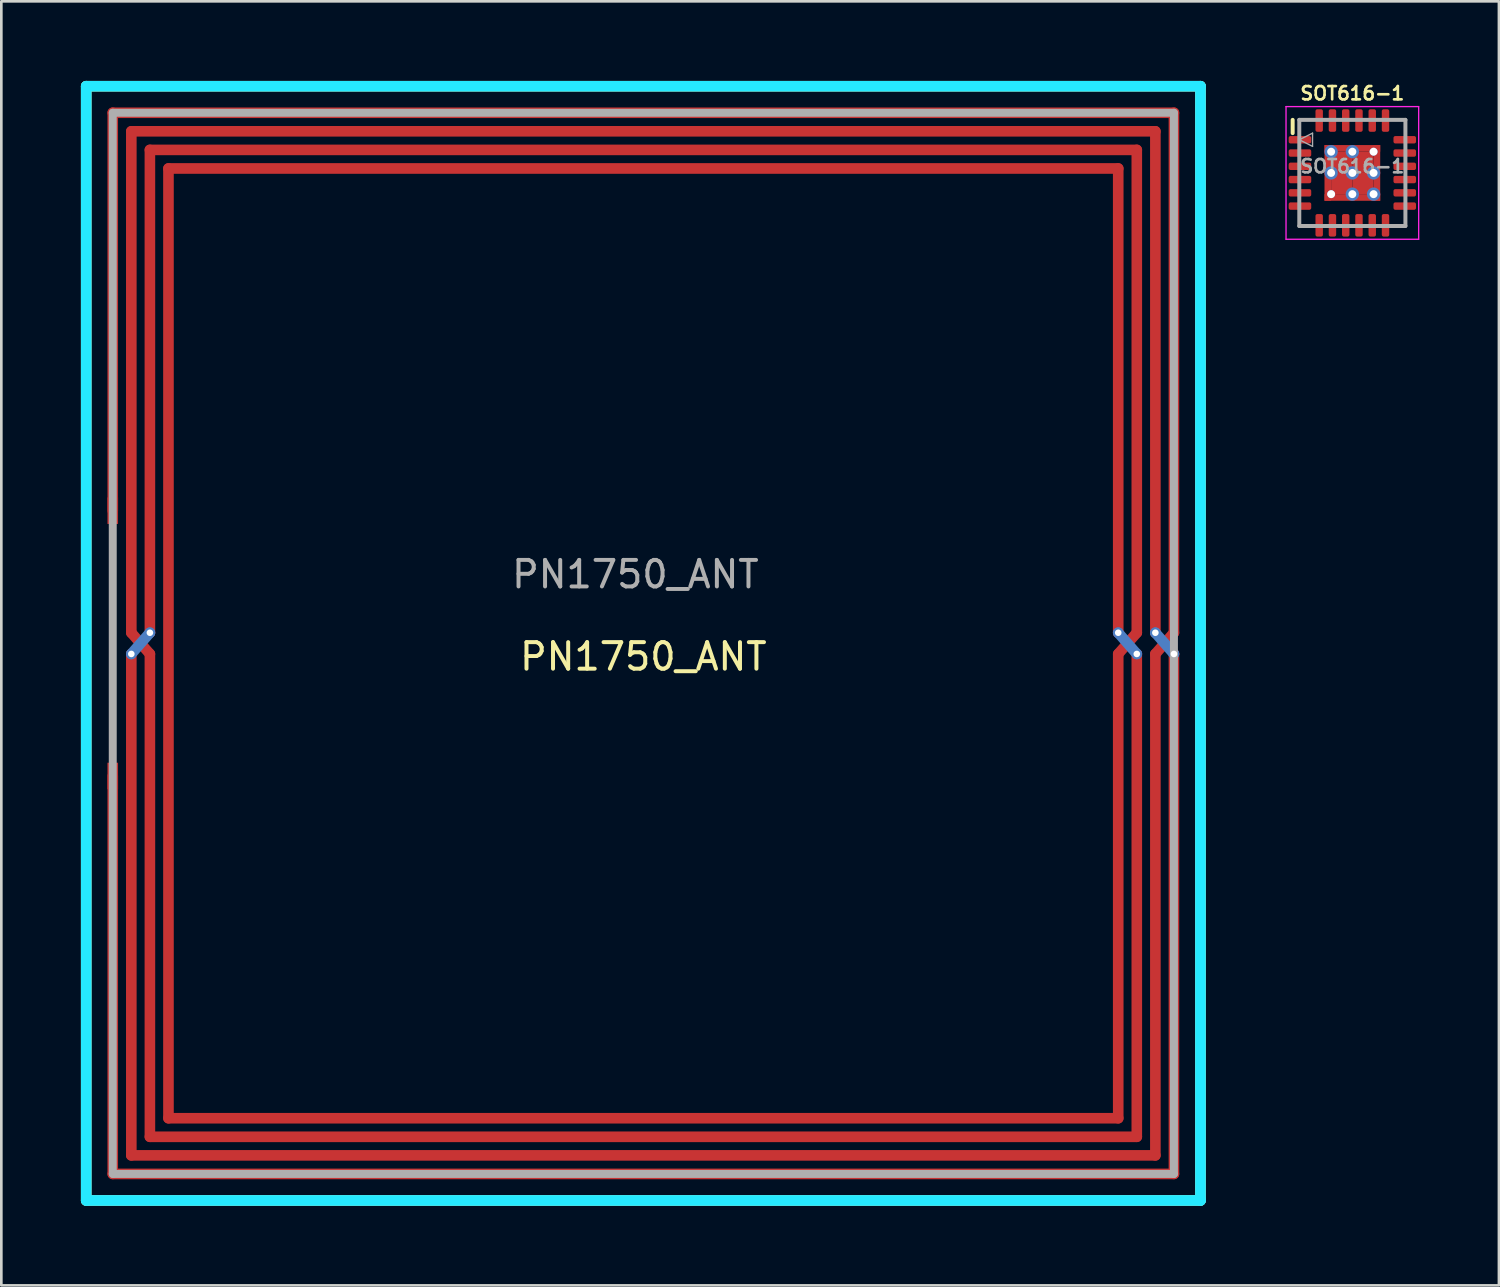
<source format=kicad_pcb>
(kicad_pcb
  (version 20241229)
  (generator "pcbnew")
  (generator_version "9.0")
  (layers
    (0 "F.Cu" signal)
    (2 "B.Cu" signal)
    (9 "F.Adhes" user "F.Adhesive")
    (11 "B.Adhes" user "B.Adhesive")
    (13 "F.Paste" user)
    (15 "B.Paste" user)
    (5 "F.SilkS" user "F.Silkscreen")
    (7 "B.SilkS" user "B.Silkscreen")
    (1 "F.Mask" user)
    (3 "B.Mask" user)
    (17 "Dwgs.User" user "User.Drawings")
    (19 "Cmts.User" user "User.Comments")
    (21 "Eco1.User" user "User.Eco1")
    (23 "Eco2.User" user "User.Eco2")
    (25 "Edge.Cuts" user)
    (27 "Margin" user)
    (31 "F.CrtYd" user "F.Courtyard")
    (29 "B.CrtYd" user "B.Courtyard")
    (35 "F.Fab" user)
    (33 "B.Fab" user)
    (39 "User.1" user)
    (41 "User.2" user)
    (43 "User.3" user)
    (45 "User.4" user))
  (footprint "PN1750_ANT"
    (layer "F.Cu")
    (at 21.2 21.2)
    (property "Reference" "PN1750_ANT" (at 0 0.5 0) (layer "F.SilkS") (effects (font (size 1 1) (thickness 0.15))))
    (attr exclude_from_pos_files exclude_from_bom)
    (fp_line (start -20 -20) (end 20 -20) (stroke (width 0.4) (type solid)) (layer "F.Cu"))
    (fp_line (start -20 -5) (end -20 -20) (stroke (width 0.4) (type solid)) (layer "F.Cu"))
    (fp_line (start -20 20) (end -20 5) (stroke (width 0.4) (type solid)) (layer "F.Cu"))
    (fp_line (start -20 20) (end 20 20) (stroke (width 0.4) (type solid)) (layer "F.Cu"))
    (fp_line (start -19.3 -19.3) (end -19.3 -0.4) (stroke (width 0.4) (type solid)) (layer "F.Cu"))
    (fp_line (start -19.3 -0.4) (end -18.6 0.4) (stroke (width 0.4) (type solid)) (layer "F.Cu"))
    (fp_line (start -19.3 19.3) (end -19.3 0.4) (stroke (width 0.4) (type solid)) (layer "F.Cu"))
    (fp_line (start -18.6 -18.6) (end 18.6 -18.6) (stroke (width 0.4) (type solid)) (layer "F.Cu"))
    (fp_line (start -18.6 -0.4) (end -18.6 -18.6) (stroke (width 0.4) (type solid)) (layer "F.Cu"))
    (fp_line (start -18.6 0.4) (end -18.6 18.6) (stroke (width 0.4) (type solid)) (layer "F.Cu"))
    (fp_line (start -18.6 18.6) (end 18.6 18.6) (stroke (width 0.4) (type solid)) (layer "F.Cu"))
    (fp_line (start -17.9 -17.9) (end 17.9 -17.9) (stroke (width 0.4) (type solid)) (layer "F.Cu"))
    (fp_line (start -17.9 17.9) (end -17.9 -17.9) (stroke (width 0.4) (type solid)) (layer "F.Cu"))
    (fp_line (start 17.9 -17.9) (end 17.9 -0.4) (stroke (width 0.4) (type solid)) (layer "F.Cu"))
    (fp_line (start 17.9 0.4) (end 17.9 17.9) (stroke (width 0.4) (type solid)) (layer "F.Cu"))
    (fp_line (start 17.9 17.9) (end -17.9 17.9) (stroke (width 0.4) (type solid)) (layer "F.Cu"))
    (fp_line (start 18.6 -18.6) (end 18.6 -0.4) (stroke (width 0.4) (type solid)) (layer "F.Cu"))
    (fp_line (start 18.6 -0.4) (end 17.9 0.4) (stroke (width 0.4) (type solid)) (layer "F.Cu"))
    (fp_line (start 18.6 18.6) (end 18.6 0.4) (stroke (width 0.4) (type solid)) (layer "F.Cu"))
    (fp_line (start 19.3 -19.3) (end -19.3 -19.3) (stroke (width 0.4) (type solid)) (layer "F.Cu"))
    (fp_line (start 19.3 -19.3) (end 19.3 -0.4) (stroke (width 0.4) (type solid)) (layer "F.Cu"))
    (fp_line (start 19.3 0.4) (end 19.3 19.3) (stroke (width 0.4) (type solid)) (layer "F.Cu"))
    (fp_line (start 19.3 19.3) (end -19.3 19.3) (stroke (width 0.4) (type solid)) (layer "F.Cu"))
    (fp_line (start 20 -20) (end 20 -0.4) (stroke (width 0.4) (type solid)) (layer "F.Cu"))
    (fp_line (start 20 -0.4) (end 19.3 0.4) (stroke (width 0.4) (type solid)) (layer "F.Cu"))
    (fp_line (start 20 20) (end 20 0.4) (stroke (width 0.4) (type solid)) (layer "F.Cu"))
    (fp_line (start -20 5) (end -20 5) (stroke (width 0.05) (type solid)) (layer "F.Mask"))
    (fp_line (start -19.3 0.4) (end -18.6 -0.4) (stroke (width 0.4) (type solid)) (layer "B.Cu"))
    (fp_line (start 17.9 -0.4) (end 18.6 0.4) (stroke (width 0.4) (type solid)) (layer "B.Cu"))
    (fp_line (start 19.3 -0.4) (end 20 0.4) (stroke (width 0.4) (type solid)) (layer "B.Cu"))
    (fp_line (start -21 -21) (end 21 -21) (stroke (width 0.4) (type solid)) (layer "F.SilkS"))
    (fp_line (start -21 21) (end -21 -21) (stroke (width 0.4) (type solid)) (layer "F.SilkS"))
    (fp_line (start 21 -21) (end 21 21) (stroke (width 0.4) (type solid)) (layer "F.SilkS"))
    (fp_line (start 21 21) (end -21 21) (stroke (width 0.4) (type solid)) (layer "F.SilkS"))
    (fp_line (start -21 -21) (end 21 -21) (stroke (width 0.4) (type solid)) (layer "B.CrtYd"))
    (fp_line (start -21 21) (end -21 -21) (stroke (width 0.4) (type solid)) (layer "B.CrtYd"))
    (fp_line (start 21 -21) (end 21 21) (stroke (width 0.4) (type solid)) (layer "B.CrtYd"))
    (fp_line (start 21 21) (end -21 21) (stroke (width 0.4) (type solid)) (layer "B.CrtYd"))
    (fp_line (start -20 -20) (end 20 -20) (stroke (width 0.3) (type solid)) (layer "F.Fab"))
    (fp_line (start -20 20) (end -20 -20) (stroke (width 0.3) (type solid)) (layer "F.Fab"))
    (fp_line (start 20 -20) (end 20 20) (stroke (width 0.3) (type solid)) (layer "F.Fab"))
    (fp_line (start 20 20) (end -20 20) (stroke (width 0.3) (type solid)) (layer "F.Fab"))
    (fp_text user "${REFERENCE}" (at -0.3 -2.6 0) (layer "F.Fab") (effects (font (size 1 1) (thickness 0.15))))
    (pad "" thru_hole circle (at -19.3 0.4) (size 0.4 0.4) (drill 0.25) (layers "*.Cu"))
    (pad "" thru_hole circle (at -18.6 -0.4) (size 0.4 0.4) (drill 0.25) (layers "*.Cu"))
    (pad "" thru_hole circle (at 17.9 -0.4) (size 0.4 0.4) (drill 0.25) (layers "*.Cu"))
    (pad "" thru_hole circle (at 18.6 0.4) (size 0.4 0.4) (drill 0.25) (layers "*.Cu"))
    (pad "" thru_hole circle (at 19.3 -0.4) (size 0.4 0.4) (drill 0.25) (layers "*.Cu"))
    (pad "" thru_hole circle (at 20 0.4) (size 0.4 0.4) (drill 0.25) (layers "*.Cu"))
    (pad "1" smd rect (at -20 -5) (size 0.4 1) (layers "F.Cu"))
    (pad "2" smd rect (at -20 5) (size 0.4 1) (layers "F.Cu")))
  (footprint "SOT616-1"
    (layer "F.Cu")
    (at 47.925 3.468)
    (property "Reference" "SOT616-1" (at 0 -3 0) (layer "F.SilkS") (effects (font (size 0.5 0.5) (thickness 0.1))))
    (attr smd)
    (fp_line (start -2.25 -2) (end -2.25 -1.5) (stroke (width 0.15) (type solid)) (layer "F.SilkS"))
    (fp_line (start -2.5 -2.5) (end -2.5 2.5) (stroke (width 0.05) (type solid)) (layer "F.CrtYd"))
    (fp_line (start -2.5 -2.5) (end 2.5 -2.5) (stroke (width 0.05) (type solid)) (layer "F.CrtYd"))
    (fp_line (start -2.5 2.5) (end 2.5 2.5) (stroke (width 0.05) (type solid)) (layer "F.CrtYd"))
    (fp_line (start 2.5 -2.5) (end 2.5 2.5) (stroke (width 0.05) (type solid)) (layer "F.CrtYd"))
    (fp_line (start -2 -2) (end -2 2) (stroke (width 0.15) (type solid)) (layer "F.Fab"))
    (fp_line (start -2 -1.25) (end -1.5 -1) (stroke (width 0.05) (type solid)) (layer "F.Fab"))
    (fp_line (start -2 2) (end 2 2) (stroke (width 0.15) (type solid)) (layer "F.Fab"))
    (fp_line (start -1.5 -1.5) (end -2 -1.25) (stroke (width 0.05) (type solid)) (layer "F.Fab"))
    (fp_line (start -1.5 -1.5) (end -1.5 -1) (stroke (width 0.05) (type solid)) (layer "F.Fab"))
    (fp_line (start 2 -2) (end -2 -2) (stroke (width 0.15) (type solid)) (layer "F.Fab"))
    (fp_line (start 2 2) (end 2 -2) (stroke (width 0.15) (type solid)) (layer "F.Fab"))
    (fp_text user "${REFERENCE}" (at 0 -0.25 0) (layer "F.Fab") (effects (font (size 0.5 0.5) (thickness 0.1))))
    (pad "1" smd roundrect (at -1.975 -1.25) (size 0.85 0.28) (layers "F.Cu" "F.Mask" "F.Paste") (roundrect_rratio 0.25))
    (pad "2" smd roundrect (at -1.975 -0.75) (size 0.85 0.28) (layers "F.Cu" "F.Mask" "F.Paste") (roundrect_rratio 0.25))
    (pad "3" smd roundrect (at -1.975 -0.25) (size 0.85 0.28) (layers "F.Cu" "F.Mask" "F.Paste") (roundrect_rratio 0.25))
    (pad "4" smd roundrect (at -1.975 0.25) (size 0.85 0.28) (layers "F.Cu" "F.Mask" "F.Paste") (roundrect_rratio 0.25))
    (pad "5" smd roundrect (at -1.975 0.75) (size 0.85 0.28) (layers "F.Cu" "F.Mask" "F.Paste") (roundrect_rratio 0.25))
    (pad "6" smd roundrect (at -1.975 1.25) (size 0.85 0.28) (layers "F.Cu" "F.Mask" "F.Paste") (roundrect_rratio 0.25))
    (pad "7" smd roundrect (at -1.25 1.975) (size 0.28 0.85) (layers "F.Cu" "F.Mask" "F.Paste") (roundrect_rratio 0.25))
    (pad "8" smd roundrect (at -0.75 1.975) (size 0.28 0.85) (layers "F.Cu" "F.Mask" "F.Paste") (roundrect_rratio 0.25))
    (pad "9" smd roundrect (at -0.25 1.975) (size 0.28 0.85) (layers "F.Cu" "F.Mask" "F.Paste") (roundrect_rratio 0.25))
    (pad "10" smd roundrect (at 0.25 1.975) (size 0.28 0.85) (layers "F.Cu" "F.Mask" "F.Paste") (roundrect_rratio 0.25))
    (pad "11" smd roundrect (at 0.75 1.975) (size 0.28 0.85) (layers "F.Cu" "F.Mask" "F.Paste") (roundrect_rratio 0.25))
    (pad "12" smd roundrect (at 1.25 1.975) (size 0.28 0.85) (layers "F.Cu" "F.Mask" "F.Paste") (roundrect_rratio 0.25))
    (pad "13" smd roundrect (at 1.975 1.25) (size 0.85 0.28) (layers "F.Cu" "F.Mask" "F.Paste") (roundrect_rratio 0.25))
    (pad "14" smd roundrect (at 1.975 0.75) (size 0.85 0.28) (layers "F.Cu" "F.Mask" "F.Paste") (roundrect_rratio 0.25))
    (pad "15" smd roundrect (at 1.975 0.25) (size 0.85 0.28) (layers "F.Cu" "F.Mask" "F.Paste") (roundrect_rratio 0.25))
    (pad "16" smd roundrect (at 1.975 -0.25) (size 0.85 0.28) (layers "F.Cu" "F.Mask" "F.Paste") (roundrect_rratio 0.25))
    (pad "17" smd roundrect (at 1.975 -0.75) (size 0.85 0.28) (layers "F.Cu" "F.Mask" "F.Paste") (roundrect_rratio 0.25))
    (pad "18" smd roundrect (at 1.975 -1.25) (size 0.85 0.28) (layers "F.Cu" "F.Mask" "F.Paste") (roundrect_rratio 0.25))
    (pad "19" smd roundrect (at 1.25 -1.975) (size 0.28 0.85) (layers "F.Cu" "F.Mask" "F.Paste") (roundrect_rratio 0.25))
    (pad "20" smd roundrect (at 0.75 -1.975) (size 0.28 0.85) (layers "F.Cu" "F.Mask" "F.Paste") (roundrect_rratio 0.25))
    (pad "21" smd roundrect (at 0.25 -1.975) (size 0.28 0.85) (layers "F.Cu" "F.Mask" "F.Paste") (roundrect_rratio 0.25))
    (pad "22" smd roundrect (at -0.25 -1.975) (size 0.28 0.85) (layers "F.Cu" "F.Mask" "F.Paste") (roundrect_rratio 0.25))
    (pad "23" smd roundrect (at -0.75 -1.975) (size 0.28 0.85) (layers "F.Cu" "F.Mask" "F.Paste") (roundrect_rratio 0.25))
    (pad "24" smd roundrect (at -1.25 -1.975) (size 0.28 0.85) (layers "F.Cu" "F.Mask" "F.Paste") (roundrect_rratio 0.25))
    (pad "25" smd rect (at -0.925 0 90) (size 2.1 0.25) (layers "F.Cu" "F.Mask"))
    (pad "25" thru_hole circle (at -0.8 -0.8) (size 0.5 0.5) (drill 0.3) (layers "*.Cu" "F.Mask"))
    (pad "25" thru_hole circle (at -0.8 0) (size 0.5 0.5) (drill 0.3) (layers "*.Cu" "F.Mask"))
    (pad "25" thru_hole circle (at -0.8 0.8) (size 0.3 0.3) (drill 0.3) (layers "*.Cu"))
    (pad "25" smd rect (at -0.4 -0.4) (size 0.8 0.8) (layers "F.Cu" "F.Mask" "F.Paste"))
    (pad "25" smd rect (at -0.4 0.4) (size 0.8 0.8) (layers "F.Cu" "F.Mask" "F.Paste"))
    (pad "25" smd rect (at 0 -0.925) (size 2.1 0.25) (layers "F.Cu" "F.Mask"))
    (pad "25" thru_hole circle (at 0 -0.8) (size 0.5 0.5) (drill 0.3) (layers "*.Cu" "F.Mask"))
    (pad "25" thru_hole circle (at 0 0) (size 0.5 0.5) (drill 0.3) (layers "*.Cu" "F.Mask"))
    (pad "25" thru_hole circle (at 0 0.8) (size 0.5 0.5) (drill 0.3) (layers "*.Cu"))
    (pad "25" smd rect (at 0 0.925) (size 2.1 0.25) (layers "F.Cu" "F.Mask"))
    (pad "25" smd rect (at 0.4 -0.4) (size 0.8 0.8) (layers "F.Cu" "F.Mask" "F.Paste"))
    (pad "25" smd rect (at 0.4 0.4) (size 0.8 0.8) (layers "F.Cu" "F.Mask" "F.Paste"))
    (pad "25" thru_hole circle (at 0.8 -0.8) (size 0.3 0.3) (drill 0.3) (layers "*.Cu"))
    (pad "25" thru_hole circle (at 0.8 0) (size 0.5 0.5) (drill 0.3) (layers "*.Cu" "F.Mask"))
    (pad "25" thru_hole circle (at 0.8 0.8) (size 0.5 0.5) (drill 0.3) (layers "*.Cu" "F.Mask"))
    (pad "25" smd rect (at 0.925 0 90) (size 2.1 0.25) (layers "F.Cu" "F.Mask")))
  (gr_rect
    (start -3 -3)
    (end 53.45 45.4)
    (stroke (width 0.1) (type default))
    (fill no)
    (layer "Edge.Cuts")))
</source>
